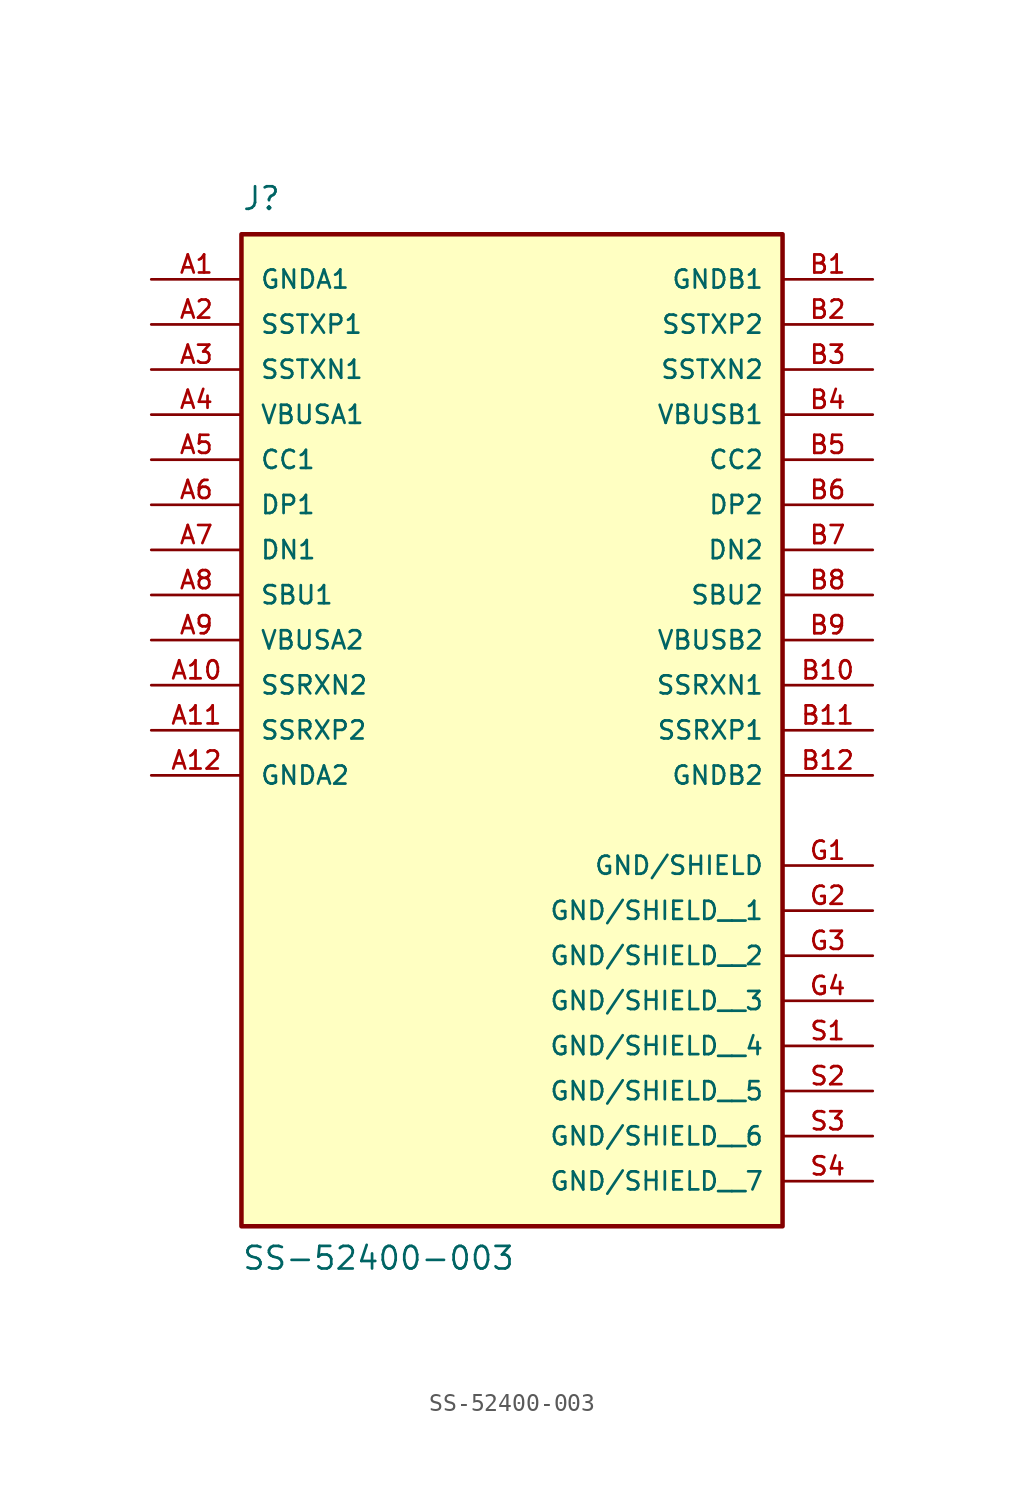
<source format=kicad_sym>
(kicad_symbol_lib
  (version 20211014)
  (generator kicad_symbol_editor)
  (symbol "SS-52400-003"
    (pin_names
      (offset 1.016))
    (property "Reference" "J"
      (at -15.24 19.05 0)
      (effects (font (size 1.27 1.27)) (justify bottom left)))
    (property "Value" "SS-52400-003"
      (at -15.24 -40.64 0)
      (effects (font (size 1.27 1.27)) (justify bottom left)))
    (symbol "SS-52400-003_0_0"
      (rectangle (start -15.24 -38.1) (end 15.24 17.78) (stroke (width 0.254)) (fill (type background)))
      (pin power_in line (at -20.32 15.24 0) (length 5.08) (name "GNDA1" (effects (font (size 1.016 1.016)))) (number "A1" (effects (font (size 1.016 1.016)))))
      (pin power_in line (at 20.32 15.24 180.0) (length 5.08) (name "GNDB1" (effects (font (size 1.016 1.016)))) (number "B1" (effects (font (size 1.016 1.016)))))
      (pin bidirectional line (at -20.32 12.7 0) (length 5.08) (name "SSTXP1" (effects (font (size 1.016 1.016)))) (number "A2" (effects (font (size 1.016 1.016)))))
      (pin bidirectional line (at -20.32 10.16 0) (length 5.08) (name "SSTXN1" (effects (font (size 1.016 1.016)))) (number "A3" (effects (font (size 1.016 1.016)))))
      (pin power_in line (at -20.32 7.62 0) (length 5.08) (name "VBUSA1" (effects (font (size 1.016 1.016)))) (number "A4" (effects (font (size 1.016 1.016)))))
      (pin bidirectional line (at -20.32 5.08 0) (length 5.08) (name "CC1" (effects (font (size 1.016 1.016)))) (number "A5" (effects (font (size 1.016 1.016)))))
      (pin bidirectional line (at -20.32 2.54 0) (length 5.08) (name "DP1" (effects (font (size 1.016 1.016)))) (number "A6" (effects (font (size 1.016 1.016)))))
      (pin bidirectional line (at -20.32 0.0 0) (length 5.08) (name "DN1" (effects (font (size 1.016 1.016)))) (number "A7" (effects (font (size 1.016 1.016)))))
      (pin bidirectional line (at -20.32 -2.54 0) (length 5.08) (name "SBU1" (effects (font (size 1.016 1.016)))) (number "A8" (effects (font (size 1.016 1.016)))))
      (pin power_in line (at -20.32 -5.08 0) (length 5.08) (name "VBUSA2" (effects (font (size 1.016 1.016)))) (number "A9" (effects (font (size 1.016 1.016)))))
      (pin bidirectional line (at -20.32 -7.62 0) (length 5.08) (name "SSRXN2" (effects (font (size 1.016 1.016)))) (number "A10" (effects (font (size 1.016 1.016)))))
      (pin bidirectional line (at -20.32 -10.16 0) (length 5.08) (name "SSRXP2" (effects (font (size 1.016 1.016)))) (number "A11" (effects (font (size 1.016 1.016)))))
      (pin power_in line (at -20.32 -12.7 0) (length 5.08) (name "GNDA2" (effects (font (size 1.016 1.016)))) (number "A12" (effects (font (size 1.016 1.016)))))
      (pin bidirectional line (at 20.32 12.7 180.0) (length 5.08) (name "SSTXP2" (effects (font (size 1.016 1.016)))) (number "B2" (effects (font (size 1.016 1.016)))))
      (pin bidirectional line (at 20.32 10.16 180.0) (length 5.08) (name "SSTXN2" (effects (font (size 1.016 1.016)))) (number "B3" (effects (font (size 1.016 1.016)))))
      (pin power_in line (at 20.32 7.62 180.0) (length 5.08) (name "VBUSB1" (effects (font (size 1.016 1.016)))) (number "B4" (effects (font (size 1.016 1.016)))))
      (pin bidirectional line (at 20.32 5.08 180.0) (length 5.08) (name "CC2" (effects (font (size 1.016 1.016)))) (number "B5" (effects (font (size 1.016 1.016)))))
      (pin bidirectional line (at 20.32 2.54 180.0) (length 5.08) (name "DP2" (effects (font (size 1.016 1.016)))) (number "B6" (effects (font (size 1.016 1.016)))))
      (pin bidirectional line (at 20.32 0.0 180.0) (length 5.08) (name "DN2" (effects (font (size 1.016 1.016)))) (number "B7" (effects (font (size 1.016 1.016)))))
      (pin bidirectional line (at 20.32 -2.54 180.0) (length 5.08) (name "SBU2" (effects (font (size 1.016 1.016)))) (number "B8" (effects (font (size 1.016 1.016)))))
      (pin power_in line (at 20.32 -5.08 180.0) (length 5.08) (name "VBUSB2" (effects (font (size 1.016 1.016)))) (number "B9" (effects (font (size 1.016 1.016)))))
      (pin bidirectional line (at 20.32 -7.62 180.0) (length 5.08) (name "SSRXN1" (effects (font (size 1.016 1.016)))) (number "B10" (effects (font (size 1.016 1.016)))))
      (pin bidirectional line (at 20.32 -10.16 180.0) (length 5.08) (name "SSRXP1" (effects (font (size 1.016 1.016)))) (number "B11" (effects (font (size 1.016 1.016)))))
      (pin power_in line (at 20.32 -12.7 180.0) (length 5.08) (name "GNDB2" (effects (font (size 1.016 1.016)))) (number "B12" (effects (font (size 1.016 1.016)))))
      (pin power_in line (at 20.32 -17.78 180.0) (length 5.08) (name "GND/SHIELD" (effects (font (size 1.016 1.016)))) (number "G1" (effects (font (size 1.016 1.016)))))
      (pin power_in line (at 20.32 -20.32 180.0) (length 5.08) (name "GND/SHIELD__1" (effects (font (size 1.016 1.016)))) (number "G2" (effects (font (size 1.016 1.016)))))
      (pin power_in line (at 20.32 -22.86 180.0) (length 5.08) (name "GND/SHIELD__2" (effects (font (size 1.016 1.016)))) (number "G3" (effects (font (size 1.016 1.016)))))
      (pin power_in line (at 20.32 -25.4 180.0) (length 5.08) (name "GND/SHIELD__3" (effects (font (size 1.016 1.016)))) (number "G4" (effects (font (size 1.016 1.016)))))
      (pin power_in line (at 20.32 -27.94 180.0) (length 5.08) (name "GND/SHIELD__4" (effects (font (size 1.016 1.016)))) (number "S1" (effects (font (size 1.016 1.016)))))
      (pin power_in line (at 20.32 -30.48 180.0) (length 5.08) (name "GND/SHIELD__5" (effects (font (size 1.016 1.016)))) (number "S2" (effects (font (size 1.016 1.016)))))
      (pin power_in line (at 20.32 -33.02 180.0) (length 5.08) (name "GND/SHIELD__6" (effects (font (size 1.016 1.016)))) (number "S3" (effects (font (size 1.016 1.016)))))
      (pin power_in line (at 20.32 -35.56 180.0) (length 5.08) (name "GND/SHIELD__7" (effects (font (size 1.016 1.016)))) (number "S4" (effects (font (size 1.016 1.016))))))))
</source>
